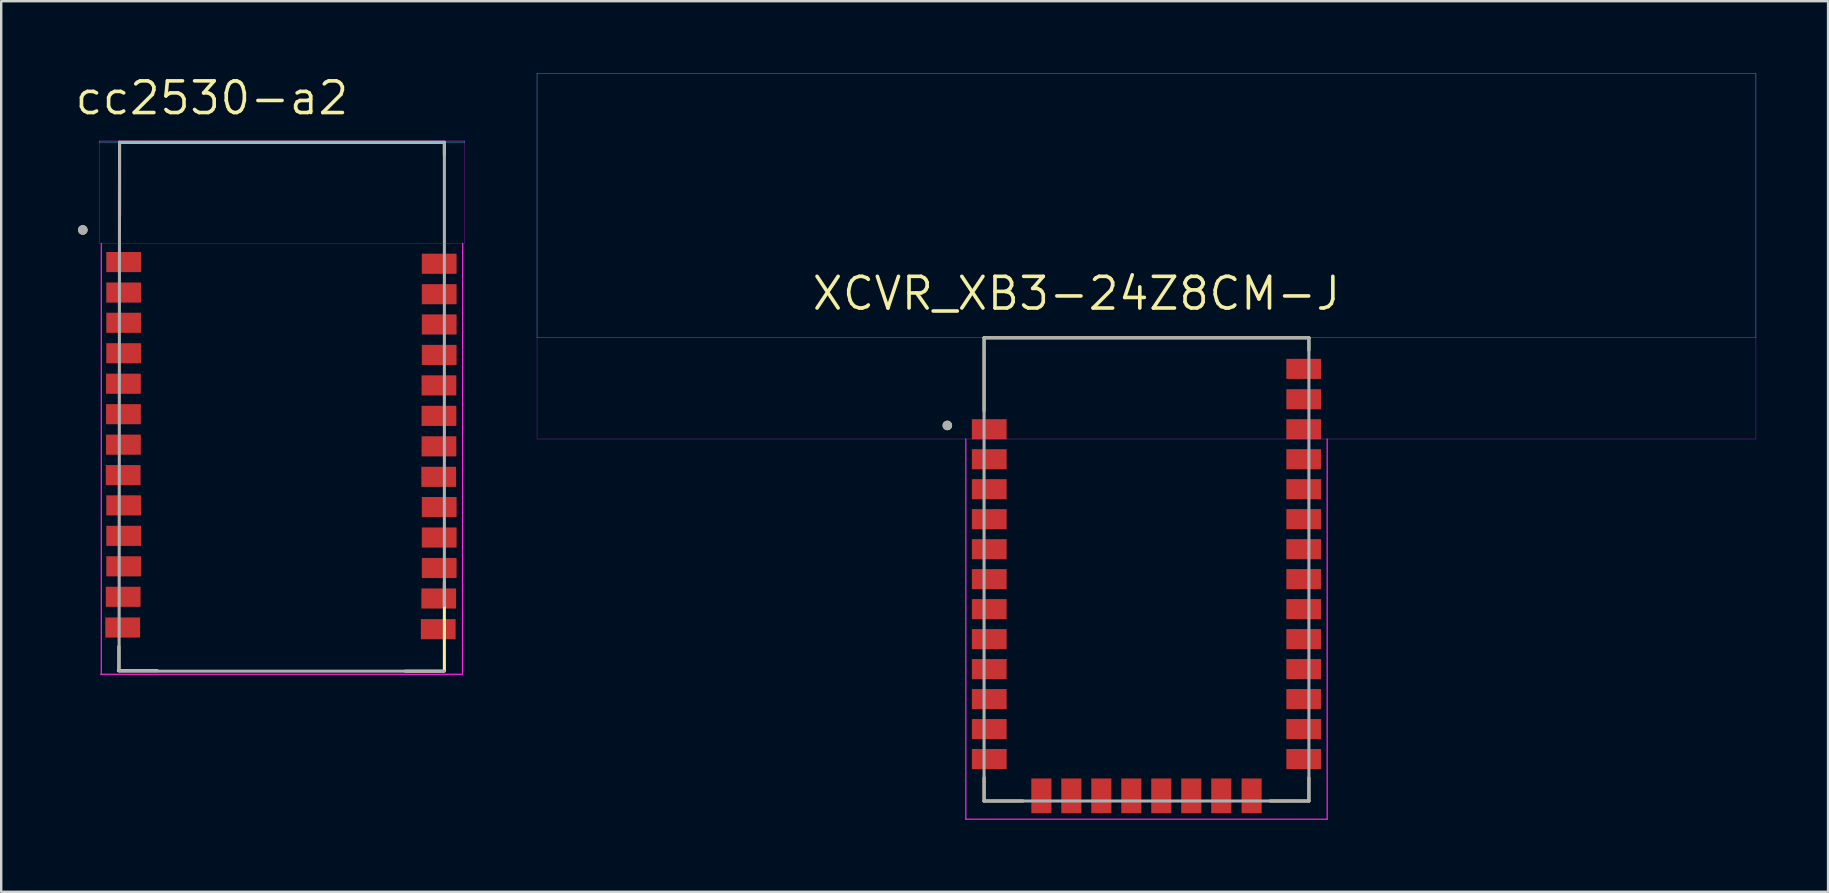
<source format=kicad_pcb>
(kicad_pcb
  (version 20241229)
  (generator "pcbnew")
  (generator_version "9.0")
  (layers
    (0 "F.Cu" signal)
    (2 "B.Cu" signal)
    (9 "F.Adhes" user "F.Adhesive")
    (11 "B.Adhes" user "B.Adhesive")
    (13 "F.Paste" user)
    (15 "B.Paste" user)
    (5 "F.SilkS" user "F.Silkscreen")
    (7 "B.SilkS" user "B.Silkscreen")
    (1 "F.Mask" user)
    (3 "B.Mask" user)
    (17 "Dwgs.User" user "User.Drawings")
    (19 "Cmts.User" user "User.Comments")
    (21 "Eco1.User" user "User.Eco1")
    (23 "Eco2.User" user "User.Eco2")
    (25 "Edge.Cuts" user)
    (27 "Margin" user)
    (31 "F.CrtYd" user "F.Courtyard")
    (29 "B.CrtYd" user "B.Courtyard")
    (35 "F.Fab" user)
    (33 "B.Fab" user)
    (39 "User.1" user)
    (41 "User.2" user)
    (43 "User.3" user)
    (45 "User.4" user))
  (footprint "cc2530-a2"
    (layer "F.Cu")
    (at 8.701 12.534)
    (property "Reference" "cc2530-a2" (at -2.919 -11.498 0) (layer "F.SilkS") (effects (font (size 1.32 1.32) (thickness 0.15))))
    (attr through_hole)
    (fp_line (start -6.816 12.368) (end -5.197 12.368) (stroke (width 0.127) (type solid)) (layer "F.SilkS"))
    (fp_line (start -6.797 11.358) (end -6.797 12.33) (stroke (width 0.127) (type solid)) (layer "F.SilkS"))
    (fp_line (start -6.769 -9.652) (end 6.769 -9.652) (stroke (width 0.127) (type solid)) (layer "F.SilkS"))
    (fp_line (start -6.769 -6.61) (end -6.769 -9.652) (stroke (width 0.127) (type solid)) (layer "F.SilkS"))
    (fp_line (start 5.144 12.388) (end 6.763 12.388) (stroke (width 0.127) (type solid)) (layer "F.SilkS"))
    (fp_line (start 6.769 -9.652) (end 6.769 -9.13) (stroke (width 0.127) (type solid)) (layer "F.SilkS"))
    (fp_line (start 6.769 12.348) (end 6.769 8.68) (stroke (width 0.127) (type solid)) (layer "F.SilkS"))
    (fp_circle (center -8.3 -6) (end -8.2 -6) (stroke (width 0.2) (type solid)) (fill no) (layer "F.SilkS"))
    (fp_poly (pts (xy -7.62 -9.686) (xy 7.62 -9.686) (xy 7.62 -9.652) (xy -7.62 -9.652)) (stroke (width 0.01) (type solid)) (fill no) (layer "B.CrtYd"))
    (fp_line (start -7.557 12.518) (end 7.503 12.518) (stroke (width 0.05) (type solid)) (layer "F.CrtYd"))
    (fp_line (start -7.53 -5.436) (end -7.53 12.498) (stroke (width 0.05) (type solid)) (layer "F.CrtYd"))
    (fp_line (start 7.523 12.508) (end 7.53 -5.436) (stroke (width 0.05) (type solid)) (layer "F.CrtYd"))
    (fp_poly (pts (xy -7.62 -9.726) (xy 7.62 -9.726) (xy 7.62 -5.436) (xy -7.62 -5.436)) (stroke (width 0.01) (type solid)) (fill no) (layer "F.CrtYd"))
    (fp_line (start -6.787 12.368) (end -6.769 -9.652) (stroke (width 0.127) (type solid)) (layer "F.Fab"))
    (fp_line (start -6.769 -9.652) (end 6.769 -9.652) (stroke (width 0.127) (type solid)) (layer "F.Fab"))
    (fp_line (start 6.753 12.388) (end -6.785 12.388) (stroke (width 0.127) (type solid)) (layer "F.Fab"))
    (fp_line (start 6.769 -9.652) (end 6.769 9.652) (stroke (width 0.127) (type solid)) (layer "F.Fab"))
    (fp_circle (center -8.3 -6) (end -8.2 -6) (stroke (width 0.2) (type solid)) (fill no) (layer "F.Fab"))
    (pad "1" smd rect (at 6.553 -4.592) (size 1.448 0.838) (layers "F.Cu" "F.Mask" "F.Paste"))
    (pad "2" smd rect (at 6.553 -3.322) (size 1.448 0.838) (layers "F.Cu" "F.Mask" "F.Paste"))
    (pad "3" smd rect (at 6.553 -2.062) (size 1.448 0.838) (layers "F.Cu" "F.Mask" "F.Paste"))
    (pad "4" smd rect (at 6.553 -0.792) (size 1.448 0.838) (layers "F.Cu" "F.Mask" "F.Paste"))
    (pad "5" smd rect (at 6.543 0.478) (size 1.448 0.838) (layers "F.Cu" "F.Mask" "F.Paste"))
    (pad "6" smd rect (at 6.543 1.748) (size 1.448 0.838) (layers "F.Cu" "F.Mask" "F.Paste"))
    (pad "7" smd rect (at 6.543 3.018) (size 1.448 0.838) (layers "F.Cu" "F.Mask" "F.Paste"))
    (pad "8" smd rect (at 6.533 4.288) (size 1.448 0.838) (layers "F.Cu" "F.Mask" "F.Paste"))
    (pad "9" smd rect (at 6.553 5.548) (size 1.448 0.838) (layers "F.Cu" "F.Mask" "F.Paste"))
    (pad "10" smd rect (at 6.553 6.818) (size 1.448 0.838) (layers "F.Cu" "F.Mask" "F.Paste"))
    (pad "11" smd rect (at 6.553 8.088) (size 1.448 0.838) (layers "F.Cu" "F.Mask" "F.Paste"))
    (pad "12" smd rect (at 6.533 9.358) (size 1.448 0.838) (layers "F.Cu" "F.Mask" "F.Paste"))
    (pad "13" smd rect (at 6.513 10.638 180) (size 1.448 0.838) (layers "F.Cu" "F.Mask" "F.Paste"))
    (pad "14" smd rect (at -6.637 10.568 180) (size 1.448 0.838) (layers "F.Cu" "F.Mask" "F.Paste"))
    (pad "15" smd rect (at -6.617 9.288) (size 1.448 0.838) (layers "F.Cu" "F.Mask" "F.Paste"))
    (pad "16" smd rect (at -6.597 8.018) (size 1.448 0.838) (layers "F.Cu" "F.Mask" "F.Paste"))
    (pad "17" smd rect (at -6.597 6.748) (size 1.448 0.838) (layers "F.Cu" "F.Mask" "F.Paste"))
    (pad "18" smd rect (at -6.597 5.478) (size 1.448 0.838) (layers "F.Cu" "F.Mask" "F.Paste"))
    (pad "19" smd rect (at -6.617 4.218) (size 1.448 0.838) (layers "F.Cu" "F.Mask" "F.Paste"))
    (pad "20" smd rect (at -6.607 2.948) (size 1.448 0.838) (layers "F.Cu" "F.Mask" "F.Paste"))
    (pad "21" smd rect (at -6.607 1.678) (size 1.448 0.838) (layers "F.Cu" "F.Mask" "F.Paste"))
    (pad "22" smd rect (at -6.607 0.408) (size 1.448 0.838) (layers "F.Cu" "F.Mask" "F.Paste"))
    (pad "23" smd rect (at -6.597 -0.862) (size 1.448 0.838) (layers "F.Cu" "F.Mask" "F.Paste"))
    (pad "24" smd rect (at -6.597 -2.132) (size 1.448 0.838) (layers "F.Cu" "F.Mask" "F.Paste"))
    (pad "25" smd rect (at -6.597 -3.392) (size 1.448 0.838) (layers "F.Cu" "F.Mask" "F.Paste"))
    (pad "26" smd rect (at -6.597 -4.662) (size 1.448 0.838) (layers "F.Cu" "F.Mask" "F.Paste"))
    (zone (net_name "") (layer "F.Cu") (hatch full 0.508) (connect_pads) (min_thickness 0.01) (filled_areas_thickness no) (keepout (tracks not_allowed) (vias not_allowed) (pads not_allowed) (copperpour not_allowed) (footprints allowed)) (placement (enabled no)) (fill) (polygon (pts (xy 1.081 2.848) (xy 16.321 2.848) (xy 16.321 2.882) (xy 1.081 2.882))))
    (zone (net_name "") (layer "F.Cu") (hatch full 0.508) (connect_pads) (min_thickness 0.01) (filled_areas_thickness no) (keepout (tracks not_allowed) (vias not_allowed) (pads not_allowed) (copperpour not_allowed) (footprints allowed)) (placement (enabled no)) (fill) (polygon (pts (xy 9.805 4.152) (xy 12.345 4.152) (xy 12.345 7.962) (xy 9.805 7.962))))
    (zone (net_name "") (layers "F.Cu" "B.Cu") (hatch full 0.508) (connect_pads) (min_thickness 0.01) (filled_areas_thickness no) (keepout (tracks allowed) (vias not_allowed) (pads allowed) (copperpour allowed) (footprints allowed)) (placement (enabled no)) (fill) (polygon (pts (xy 1.081 2.848) (xy 16.321 2.848) (xy 16.321 2.882) (xy 1.081 2.882)))))
  (footprint "XCVR_XB3-24Z8CM-J"
    (layer "F.Cu")
    (at 44.731 20.681)
    (property "Reference" "XCVR_XB3-24Z8CM-J" (at -2.919 -11.498 0) (layer "F.SilkS") (effects (font (size 1.32 1.32) (thickness 0.15))))
    (attr through_hole)
    (fp_line (start -6.769 -9.652) (end 6.769 -9.652) (stroke (width 0.127) (type solid)) (layer "F.SilkS"))
    (fp_line (start -6.769 -6.61) (end -6.769 -9.652) (stroke (width 0.127) (type solid)) (layer "F.SilkS"))
    (fp_line (start -6.769 8.68) (end -6.769 9.652) (stroke (width 0.127) (type solid)) (layer "F.SilkS"))
    (fp_line (start -6.769 9.652) (end -5.15 9.652) (stroke (width 0.127) (type solid)) (layer "F.SilkS"))
    (fp_line (start 5.15 9.652) (end 6.769 9.652) (stroke (width 0.127) (type solid)) (layer "F.SilkS"))
    (fp_line (start 6.769 -9.652) (end 6.769 -9.13) (stroke (width 0.127) (type solid)) (layer "F.SilkS"))
    (fp_line (start 6.769 9.652) (end 6.769 8.68) (stroke (width 0.127) (type solid)) (layer "F.SilkS"))
    (fp_circle (center -8.3 -6) (end -8.2 -6) (stroke (width 0.2) (type solid)) (fill no) (layer "F.SilkS"))
    (fp_poly (pts (xy -25.4 -20.676) (xy 25.4 -20.676) (xy 25.4 -9.652) (xy -25.4 -9.652)) (stroke (width 0.01) (type solid)) (fill no) (layer "B.CrtYd"))
    (fp_line (start -7.53 -5.436) (end -7.53 10.41) (stroke (width 0.05) (type solid)) (layer "F.CrtYd"))
    (fp_line (start -7.53 10.41) (end 7.53 10.41) (stroke (width 0.05) (type solid)) (layer "F.CrtYd"))
    (fp_line (start 7.53 10.41) (end 7.53 -5.436) (stroke (width 0.05) (type solid)) (layer "F.CrtYd"))
    (fp_poly (pts (xy -25.4 -20.676) (xy 25.4 -20.676) (xy 25.4 -5.436) (xy -25.4 -5.436)) (stroke (width 0.01) (type solid)) (fill no) (layer "F.CrtYd"))
    (fp_line (start -6.769 -9.652) (end 6.769 -9.652) (stroke (width 0.127) (type solid)) (layer "F.Fab"))
    (fp_line (start -6.769 9.652) (end -6.769 -9.652) (stroke (width 0.127) (type solid)) (layer "F.Fab"))
    (fp_line (start 6.769 -9.652) (end 6.769 9.652) (stroke (width 0.127) (type solid)) (layer "F.Fab"))
    (fp_line (start 6.769 9.652) (end -6.769 9.652) (stroke (width 0.127) (type solid)) (layer "F.Fab"))
    (fp_circle (center -8.3 -6) (end -8.2 -6) (stroke (width 0.2) (type solid)) (fill no) (layer "F.Fab"))
    (pad "1" smd rect (at -6.553 -5.842) (size 1.448 0.838) (layers "F.Cu" "F.Mask" "F.Paste"))
    (pad "2" smd rect (at -6.553 -4.592) (size 1.448 0.838) (layers "F.Cu" "F.Mask" "F.Paste"))
    (pad "3" smd rect (at -6.553 -3.343) (size 1.448 0.838) (layers "F.Cu" "F.Mask" "F.Paste"))
    (pad "4" smd rect (at -6.553 -2.093) (size 1.448 0.838) (layers "F.Cu" "F.Mask" "F.Paste"))
    (pad "5" smd rect (at -6.553 -0.843) (size 1.448 0.838) (layers "F.Cu" "F.Mask" "F.Paste"))
    (pad "6" smd rect (at -6.553 0.406) (size 1.448 0.838) (layers "F.Cu" "F.Mask" "F.Paste"))
    (pad "7" smd rect (at -6.553 1.656) (size 1.448 0.838) (layers "F.Cu" "F.Mask" "F.Paste"))
    (pad "8" smd rect (at -6.553 2.906) (size 1.448 0.838) (layers "F.Cu" "F.Mask" "F.Paste"))
    (pad "9" smd rect (at -6.553 4.155) (size 1.448 0.838) (layers "F.Cu" "F.Mask" "F.Paste"))
    (pad "10" smd rect (at -6.553 5.405) (size 1.448 0.838) (layers "F.Cu" "F.Mask" "F.Paste"))
    (pad "11" smd rect (at -6.553 6.655) (size 1.448 0.838) (layers "F.Cu" "F.Mask" "F.Paste"))
    (pad "12" smd rect (at -6.553 7.904) (size 1.448 0.838) (layers "F.Cu" "F.Mask" "F.Paste"))
    (pad "13" smd rect (at -4.381 9.436 90) (size 1.448 0.838) (layers "F.Cu" "F.Mask" "F.Paste"))
    (pad "14" smd rect (at -3.132 9.436 90) (size 1.448 0.838) (layers "F.Cu" "F.Mask" "F.Paste"))
    (pad "15" smd rect (at -1.882 9.436 90) (size 1.448 0.838) (layers "F.Cu" "F.Mask" "F.Paste"))
    (pad "16" smd rect (at -0.632 9.436 90) (size 1.448 0.838) (layers "F.Cu" "F.Mask" "F.Paste"))
    (pad "17" smd rect (at 0.617 9.436 90) (size 1.448 0.838) (layers "F.Cu" "F.Mask" "F.Paste"))
    (pad "18" smd rect (at 1.867 9.436 90) (size 1.448 0.838) (layers "F.Cu" "F.Mask" "F.Paste"))
    (pad "19" smd rect (at 3.117 9.436 90) (size 1.448 0.838) (layers "F.Cu" "F.Mask" "F.Paste"))
    (pad "20" smd rect (at 4.381 9.436 90) (size 1.448 0.838) (layers "F.Cu" "F.Mask" "F.Paste"))
    (pad "21" smd rect (at 6.553 7.904) (size 1.448 0.838) (layers "F.Cu" "F.Mask" "F.Paste"))
    (pad "22" smd rect (at 6.553 6.655) (size 1.448 0.838) (layers "F.Cu" "F.Mask" "F.Paste"))
    (pad "23" smd rect (at 6.553 5.405) (size 1.448 0.838) (layers "F.Cu" "F.Mask" "F.Paste"))
    (pad "24" smd rect (at 6.553 4.155) (size 1.448 0.838) (layers "F.Cu" "F.Mask" "F.Paste"))
    (pad "25" smd rect (at 6.553 2.906) (size 1.448 0.838) (layers "F.Cu" "F.Mask" "F.Paste"))
    (pad "26" smd rect (at 6.553 1.656) (size 1.448 0.838) (layers "F.Cu" "F.Mask" "F.Paste"))
    (pad "27" smd rect (at 6.553 0.406) (size 1.448 0.838) (layers "F.Cu" "F.Mask" "F.Paste"))
    (pad "28" smd rect (at 6.553 -0.843) (size 1.448 0.838) (layers "F.Cu" "F.Mask" "F.Paste"))
    (pad "29" smd rect (at 6.553 -2.093) (size 1.448 0.838) (layers "F.Cu" "F.Mask" "F.Paste"))
    (pad "30" smd rect (at 6.553 -3.343) (size 1.448 0.838) (layers "F.Cu" "F.Mask" "F.Paste"))
    (pad "31" smd rect (at 6.553 -4.592) (size 1.448 0.838) (layers "F.Cu" "F.Mask" "F.Paste"))
    (pad "32" smd rect (at 6.553 -5.842) (size 1.448 0.838) (layers "F.Cu" "F.Mask" "F.Paste"))
    (pad "33" smd rect (at 6.553 -7.092) (size 1.448 0.838) (layers "F.Cu" "F.Mask" "F.Paste"))
    (pad "34" smd rect (at 6.553 -8.357) (size 1.448 0.838) (layers "F.Cu" "F.Mask" "F.Paste"))
    (zone (net_name "") (layer "F.Cu") (hatch full 0.508) (connect_pads) (min_thickness 0.01) (filled_areas_thickness no) (keepout (tracks not_allowed) (vias not_allowed) (pads not_allowed) (copperpour not_allowed) (footprints allowed)) (placement (enabled no)) (fill) (polygon (pts (xy 19.331 0.005) (xy 70.131 0.005) (xy 70.131 11.029) (xy 19.331 11.029))))
    (zone (net_name "") (layer "F.Cu") (hatch full 0.508) (connect_pads) (min_thickness 0.01) (filled_areas_thickness no) (keepout (tracks not_allowed) (vias not_allowed) (pads not_allowed) (copperpour not_allowed) (footprints allowed)) (placement (enabled no)) (fill) (polygon (pts (xy 45.835 12.299) (xy 48.375 12.299) (xy 48.375 16.109) (xy 45.835 16.109))))
    (zone (net_name "") (layers "F.Cu" "B.Cu") (hatch full 0.508) (connect_pads) (min_thickness 0.01) (filled_areas_thickness no) (keepout (tracks allowed) (vias not_allowed) (pads allowed) (copperpour allowed) (footprints allowed)) (placement (enabled no)) (fill) (polygon (pts (xy 19.331 0.005) (xy 70.131 0.005) (xy 70.131 11.029) (xy 19.331 11.029)))))
  (gr_rect
    (start -3 -3)
    (end 73.136 34.116)
    (stroke (width 0.1) (type default))
    (fill no)
    (layer "Edge.Cuts")))
</source>
